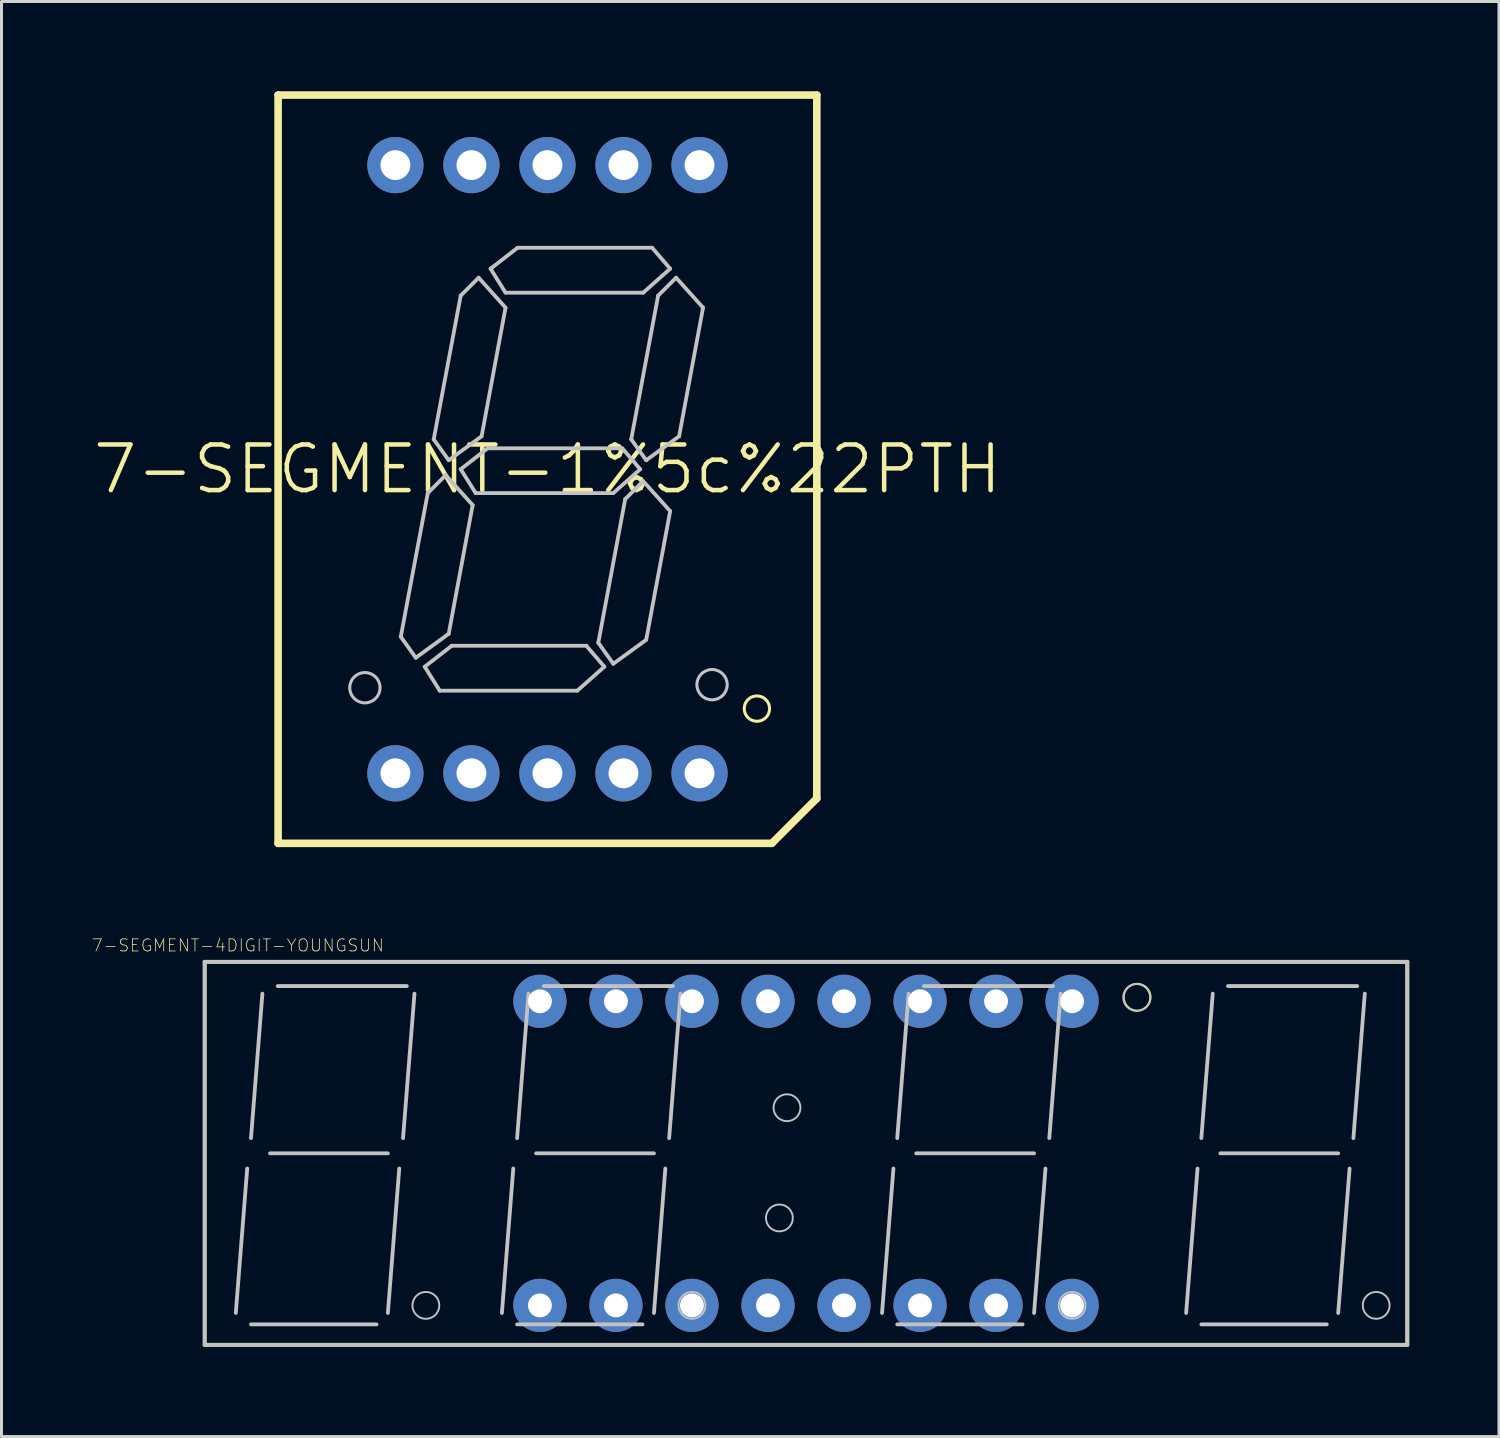
<source format=kicad_pcb>
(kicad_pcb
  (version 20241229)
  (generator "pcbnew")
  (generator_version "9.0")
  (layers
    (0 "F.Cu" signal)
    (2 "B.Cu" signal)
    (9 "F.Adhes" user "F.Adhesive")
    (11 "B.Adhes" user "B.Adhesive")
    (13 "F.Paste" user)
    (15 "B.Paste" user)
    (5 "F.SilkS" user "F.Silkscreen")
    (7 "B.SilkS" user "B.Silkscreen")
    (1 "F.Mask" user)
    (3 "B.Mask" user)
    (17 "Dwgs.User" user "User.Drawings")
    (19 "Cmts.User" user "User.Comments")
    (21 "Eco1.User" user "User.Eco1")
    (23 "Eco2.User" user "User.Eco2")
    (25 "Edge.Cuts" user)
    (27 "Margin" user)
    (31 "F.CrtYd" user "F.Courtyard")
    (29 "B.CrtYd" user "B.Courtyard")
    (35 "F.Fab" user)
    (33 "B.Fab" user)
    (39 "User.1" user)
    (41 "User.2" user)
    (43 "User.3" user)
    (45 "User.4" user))
  (footprint "7-SEGMENT-4DIGIT-YOUNGSUN"
    (layer "F.Cu")
    (at 23.878 35.482)
    (property "Reference" "7-SEGMENT-4DIGIT-YOUNGSUN" (at -18.984 -6.947 0) (layer "F.SilkS") (effects (font (size 0.406 0.406) (thickness 0.025))))
    (attr exclude_from_pos_files exclude_from_bom)
    (fp_line (start -20.089 -6.398) (end -20.089 6.398) (stroke (width 0.127) (type solid)) (layer "F.SilkS"))
    (fp_line (start -20.089 -6.398) (end 20.089 -6.398) (stroke (width 0.127) (type solid)) (layer "F.SilkS"))
    (fp_line (start -20.089 6.398) (end 20.089 6.398) (stroke (width 0.127) (type solid)) (layer "F.SilkS"))
    (fp_line (start 20.089 -6.398) (end 20.089 6.398) (stroke (width 0.127) (type solid)) (layer "F.SilkS"))
    (fp_circle (center 11.064 -5.215) (end 11.382 -5.532) (stroke (width 0.064) (type solid)) (fill no) (layer "F.SilkS"))
    (fp_line (start -20.089 -6.398) (end -20.089 6.398) (stroke (width 0.127) (type solid)) (layer "Dwgs.User"))
    (fp_line (start -20.089 -6.398) (end 20.089 -6.398) (stroke (width 0.127) (type solid)) (layer "Dwgs.User"))
    (fp_line (start -20.089 6.398) (end 20.089 6.398) (stroke (width 0.127) (type solid)) (layer "Dwgs.User"))
    (fp_line (start -18.669 0.508) (end -19.05 5.334) (stroke (width 0.127) (type solid)) (layer "Dwgs.User"))
    (fp_line (start -18.542 5.715) (end -14.348 5.715) (stroke (width 0.127) (type solid)) (layer "Dwgs.User"))
    (fp_line (start -18.161 -5.334) (end -18.542 -0.508) (stroke (width 0.127) (type solid)) (layer "Dwgs.User"))
    (fp_line (start -17.907 0) (end -13.97 0) (stroke (width 0.127) (type solid)) (layer "Dwgs.User"))
    (fp_line (start -17.65 -5.588) (end -13.335 -5.588) (stroke (width 0.127) (type solid)) (layer "Dwgs.User"))
    (fp_line (start -13.589 0.508) (end -13.97 5.334) (stroke (width 0.127) (type solid)) (layer "Dwgs.User"))
    (fp_line (start -13.081 -5.334) (end -13.462 -0.508) (stroke (width 0.127) (type solid)) (layer "Dwgs.User"))
    (fp_line (start -9.779 0.508) (end -10.16 5.334) (stroke (width 0.127) (type solid)) (layer "Dwgs.User"))
    (fp_line (start -9.652 5.715) (end -5.461 5.715) (stroke (width 0.127) (type solid)) (layer "Dwgs.User"))
    (fp_line (start -9.271 -5.334) (end -9.652 -0.508) (stroke (width 0.127) (type solid)) (layer "Dwgs.User"))
    (fp_line (start -9.017 0) (end -5.08 0) (stroke (width 0.127) (type solid)) (layer "Dwgs.User"))
    (fp_line (start -8.76 -5.588) (end -4.445 -5.588) (stroke (width 0.127) (type solid)) (layer "Dwgs.User"))
    (fp_line (start -4.699 0.508) (end -5.08 5.334) (stroke (width 0.127) (type solid)) (layer "Dwgs.User"))
    (fp_line (start -4.191 -5.334) (end -4.572 -0.508) (stroke (width 0.127) (type solid)) (layer "Dwgs.User"))
    (fp_line (start 2.921 0.508) (end 2.54 5.334) (stroke (width 0.127) (type solid)) (layer "Dwgs.User"))
    (fp_line (start 3.048 5.715) (end 7.236 5.715) (stroke (width 0.127) (type solid)) (layer "Dwgs.User"))
    (fp_line (start 3.429 -5.334) (end 3.048 -0.508) (stroke (width 0.127) (type solid)) (layer "Dwgs.User"))
    (fp_line (start 3.683 0) (end 7.62 0) (stroke (width 0.127) (type solid)) (layer "Dwgs.User"))
    (fp_line (start 3.937 -5.588) (end 8.255 -5.588) (stroke (width 0.127) (type solid)) (layer "Dwgs.User"))
    (fp_line (start 8.001 0.508) (end 7.62 5.334) (stroke (width 0.127) (type solid)) (layer "Dwgs.User"))
    (fp_line (start 8.509 -5.334) (end 8.128 -0.508) (stroke (width 0.127) (type solid)) (layer "Dwgs.User"))
    (fp_line (start 13.081 0.508) (end 12.7 5.334) (stroke (width 0.127) (type solid)) (layer "Dwgs.User"))
    (fp_line (start 13.208 5.715) (end 17.399 5.715) (stroke (width 0.127) (type solid)) (layer "Dwgs.User"))
    (fp_line (start 13.589 -5.334) (end 13.208 -0.508) (stroke (width 0.127) (type solid)) (layer "Dwgs.User"))
    (fp_line (start 13.843 0) (end 17.78 0) (stroke (width 0.127) (type solid)) (layer "Dwgs.User"))
    (fp_line (start 14.097 -5.588) (end 18.415 -5.588) (stroke (width 0.127) (type solid)) (layer "Dwgs.User"))
    (fp_line (start 18.161 0.508) (end 17.78 5.334) (stroke (width 0.127) (type solid)) (layer "Dwgs.User"))
    (fp_line (start 18.669 -5.334) (end 18.288 -0.508) (stroke (width 0.127) (type solid)) (layer "Dwgs.User"))
    (fp_line (start 20.089 -6.398) (end 20.089 6.398) (stroke (width 0.127) (type solid)) (layer "Dwgs.User"))
    (fp_circle (center -12.7 5.08) (end -13.018 5.397) (stroke (width 0.064) (type solid)) (fill no) (layer "Dwgs.User"))
    (fp_circle (center -3.81 5.08) (end -4.128 5.397) (stroke (width 0.064) (type solid)) (fill no) (layer "Dwgs.User"))
    (fp_circle (center -0.889 2.159) (end -1.206 2.477) (stroke (width 0.064) (type solid)) (fill no) (layer "Dwgs.User"))
    (fp_circle (center -0.635 -1.524) (end -0.953 -1.841) (stroke (width 0.064) (type solid)) (fill no) (layer "Dwgs.User"))
    (fp_circle (center 8.89 5.08) (end 9.207 5.397) (stroke (width 0.064) (type solid)) (fill no) (layer "Dwgs.User"))
    (fp_circle (center 11.049 -5.207) (end 11.367 -5.524) (stroke (width 0.064) (type solid)) (fill no) (layer "Dwgs.User"))
    (fp_circle (center 19.05 5.08) (end 19.367 5.397) (stroke (width 0.064) (type solid)) (fill no) (layer "Dwgs.User"))
    (pad "1" thru_hole circle (at -8.89 5.08) (size 1.778 1.778) (drill 0.798) (layers "*.Cu" "*.Paste" "*.Mask"))
    (pad "2" thru_hole circle (at -6.35 5.08) (size 1.778 1.778) (drill 0.798) (layers "*.Cu" "*.Paste" "*.Mask"))
    (pad "3" thru_hole circle (at -3.81 5.08) (size 1.778 1.778) (drill 0.798) (layers "*.Cu" "*.Paste" "*.Mask"))
    (pad "4" thru_hole circle (at -1.27 5.08) (size 1.778 1.778) (drill 0.798) (layers "*.Cu" "*.Paste" "*.Mask"))
    (pad "5" thru_hole circle (at 1.27 5.08) (size 1.778 1.778) (drill 0.798) (layers "*.Cu" "*.Paste" "*.Mask"))
    (pad "6" thru_hole circle (at 3.81 5.08) (size 1.778 1.778) (drill 0.798) (layers "*.Cu" "*.Paste" "*.Mask"))
    (pad "7" thru_hole circle (at 6.35 5.08) (size 1.778 1.778) (drill 0.798) (layers "*.Cu" "*.Paste" "*.Mask"))
    (pad "8" thru_hole circle (at 8.89 5.08) (size 1.778 1.778) (drill 0.798) (layers "*.Cu" "*.Paste" "*.Mask"))
    (pad "9" thru_hole circle (at 8.89 -5.08) (size 1.778 1.778) (drill 0.798) (layers "*.Cu" "*.Paste" "*.Mask"))
    (pad "10" thru_hole circle (at 6.35 -5.08) (size 1.778 1.778) (drill 0.798) (layers "*.Cu" "*.Paste" "*.Mask"))
    (pad "11" thru_hole circle (at 3.81 -5.08) (size 1.778 1.778) (drill 0.798) (layers "*.Cu" "*.Paste" "*.Mask"))
    (pad "12" thru_hole circle (at 1.27 -5.08) (size 1.778 1.778) (drill 0.798) (layers "*.Cu" "*.Paste" "*.Mask"))
    (pad "13" thru_hole circle (at -1.27 -5.08) (size 1.778 1.778) (drill 0.798) (layers "*.Cu" "*.Paste" "*.Mask"))
    (pad "14" thru_hole circle (at -3.81 -5.08) (size 1.778 1.778) (drill 0.798) (layers "*.Cu" "*.Paste" "*.Mask"))
    (pad "15" thru_hole circle (at -6.35 -5.08) (size 1.778 1.778) (drill 0.798) (layers "*.Cu" "*.Paste" "*.Mask"))
    (pad "16" thru_hole circle (at -8.89 -5.08) (size 1.778 1.778) (drill 0.798) (layers "*.Cu" "*.Paste" "*.Mask")))
  (footprint "7-SEGMENT-1%5c%22PTH"
    (layer "F.Cu")
    (at 15.24 12.626)
    (property "Reference" "7-SEGMENT-1%5c%22PTH" (at 0 0 0) (layer "F.SilkS") (effects (font (size 1.524 1.524) (thickness 0.15))))
    (attr exclude_from_pos_files exclude_from_bom)
    (fp_line (start -8.999 -12.499) (end 8.999 -12.499) (stroke (width 0.254) (type solid)) (layer "F.SilkS"))
    (fp_line (start -8.999 12.499) (end -8.999 -12.499) (stroke (width 0.254) (type solid)) (layer "F.SilkS"))
    (fp_line (start 7.498 12.499) (end -8.999 12.499) (stroke (width 0.254) (type solid)) (layer "F.SilkS"))
    (fp_line (start 8.999 -12.499) (end 8.999 10.998) (stroke (width 0.254) (type solid)) (layer "F.SilkS"))
    (fp_line (start 8.999 10.998) (end 7.498 12.499) (stroke (width 0.254) (type solid)) (layer "F.SilkS"))
    (fp_circle (center 6.998 7.998) (end 7.297 8.298) (stroke (width 0.102) (type solid)) (fill no) (layer "F.SilkS"))
    (fp_line (start -4.9 5.598) (end -3.998 0.798) (stroke (width 0.127) (type solid)) (layer "Dwgs.User"))
    (fp_line (start -4.399 6.299) (end -4.9 5.598) (stroke (width 0.127) (type solid)) (layer "Dwgs.User"))
    (fp_line (start -4.1 6.599) (end -3.198 5.898) (stroke (width 0.127) (type solid)) (layer "Dwgs.User"))
    (fp_line (start -3.998 0.798) (end -3.399 0.198) (stroke (width 0.127) (type solid)) (layer "Dwgs.User"))
    (fp_line (start -3.8 -0.998) (end -2.898 -5.799) (stroke (width 0.127) (type solid)) (layer "Dwgs.User"))
    (fp_line (start -3.599 7.399) (end -4.1 6.599) (stroke (width 0.127) (type solid)) (layer "Dwgs.User"))
    (fp_line (start -3.399 0.198) (end -2.499 1.199) (stroke (width 0.127) (type solid)) (layer "Dwgs.User"))
    (fp_line (start -3.299 -0.3) (end -3.8 -0.998) (stroke (width 0.127) (type solid)) (layer "Dwgs.User"))
    (fp_line (start -3.299 5.499) (end -4.399 6.299) (stroke (width 0.127) (type solid)) (layer "Dwgs.User"))
    (fp_line (start -3.198 5.898) (end 1.298 5.898) (stroke (width 0.127) (type solid)) (layer "Dwgs.User"))
    (fp_line (start -2.898 -5.799) (end -2.299 -6.398) (stroke (width 0.127) (type solid)) (layer "Dwgs.User"))
    (fp_line (start -2.898 0) (end -1.999 -0.699) (stroke (width 0.127) (type solid)) (layer "Dwgs.User"))
    (fp_line (start -2.499 1.199) (end -3.299 5.499) (stroke (width 0.127) (type solid)) (layer "Dwgs.User"))
    (fp_line (start -2.398 0.798) (end -2.898 0) (stroke (width 0.127) (type solid)) (layer "Dwgs.User"))
    (fp_line (start -2.299 -6.398) (end -1.4 -5.397) (stroke (width 0.127) (type solid)) (layer "Dwgs.User"))
    (fp_line (start -2.2 -1.1) (end -3.299 -0.3) (stroke (width 0.127) (type solid)) (layer "Dwgs.User"))
    (fp_line (start -1.999 -0.699) (end 2.499 -0.699) (stroke (width 0.127) (type solid)) (layer "Dwgs.User"))
    (fp_line (start -1.9 -6.698) (end -0.998 -7.399) (stroke (width 0.127) (type solid)) (layer "Dwgs.User"))
    (fp_line (start -1.4 -5.898) (end -1.9 -6.698) (stroke (width 0.127) (type solid)) (layer "Dwgs.User"))
    (fp_line (start -1.4 -5.397) (end -2.2 -1.1) (stroke (width 0.127) (type solid)) (layer "Dwgs.User"))
    (fp_line (start -0.998 -7.399) (end 3.498 -7.399) (stroke (width 0.127) (type solid)) (layer "Dwgs.User"))
    (fp_line (start 0.998 7.399) (end -3.599 7.399) (stroke (width 0.127) (type solid)) (layer "Dwgs.User"))
    (fp_line (start 1.298 5.898) (end 1.9 6.599) (stroke (width 0.127) (type solid)) (layer "Dwgs.User"))
    (fp_line (start 1.699 5.799) (end 2.598 0.998) (stroke (width 0.127) (type solid)) (layer "Dwgs.User"))
    (fp_line (start 1.9 6.599) (end 0.998 7.399) (stroke (width 0.127) (type solid)) (layer "Dwgs.User"))
    (fp_line (start 2.2 0.798) (end -2.398 0.798) (stroke (width 0.127) (type solid)) (layer "Dwgs.User"))
    (fp_line (start 2.2 6.5) (end 1.699 5.799) (stroke (width 0.127) (type solid)) (layer "Dwgs.User"))
    (fp_line (start 2.499 -0.699) (end 3.099 0) (stroke (width 0.127) (type solid)) (layer "Dwgs.User"))
    (fp_line (start 2.598 0.998) (end 3.198 0.399) (stroke (width 0.127) (type solid)) (layer "Dwgs.User"))
    (fp_line (start 2.799 -0.998) (end 3.698 -5.799) (stroke (width 0.127) (type solid)) (layer "Dwgs.User"))
    (fp_line (start 3.099 0) (end 2.2 0.798) (stroke (width 0.127) (type solid)) (layer "Dwgs.User"))
    (fp_line (start 3.198 -5.898) (end -1.4 -5.898) (stroke (width 0.127) (type solid)) (layer "Dwgs.User"))
    (fp_line (start 3.198 0.399) (end 4.1 1.4) (stroke (width 0.127) (type solid)) (layer "Dwgs.User"))
    (fp_line (start 3.299 -0.3) (end 2.799 -0.998) (stroke (width 0.127) (type solid)) (layer "Dwgs.User"))
    (fp_line (start 3.299 5.7) (end 2.2 6.5) (stroke (width 0.127) (type solid)) (layer "Dwgs.User"))
    (fp_line (start 3.498 -7.399) (end 4.1 -6.698) (stroke (width 0.127) (type solid)) (layer "Dwgs.User"))
    (fp_line (start 3.698 -5.799) (end 4.298 -6.398) (stroke (width 0.127) (type solid)) (layer "Dwgs.User"))
    (fp_line (start 4.1 -6.698) (end 3.198 -5.898) (stroke (width 0.127) (type solid)) (layer "Dwgs.User"))
    (fp_line (start 4.1 1.4) (end 3.299 5.7) (stroke (width 0.127) (type solid)) (layer "Dwgs.User"))
    (fp_line (start 4.298 -6.398) (end 5.199 -5.397) (stroke (width 0.127) (type solid)) (layer "Dwgs.User"))
    (fp_line (start 4.399 -1.1) (end 3.299 -0.3) (stroke (width 0.127) (type solid)) (layer "Dwgs.User"))
    (fp_line (start 5.199 -5.397) (end 4.399 -1.1) (stroke (width 0.127) (type solid)) (layer "Dwgs.User"))
    (fp_circle (center -6.099 7.3) (end -6.457 7.658) (stroke (width 0.102) (type solid)) (fill no) (layer "Dwgs.User"))
    (fp_circle (center 5.499 7.198) (end 5.857 7.556) (stroke (width 0.102) (type solid)) (fill no) (layer "Dwgs.User"))
    (pad "1" thru_hole circle (at -5.08 10.16) (size 1.88 1.88) (drill 0.998) (layers "*.Cu" "*.Paste" "*.Mask"))
    (pad "2" thru_hole circle (at -2.54 10.16) (size 1.88 1.88) (drill 0.998) (layers "*.Cu" "*.Paste" "*.Mask"))
    (pad "3" thru_hole circle (at 0 10.16) (size 1.88 1.88) (drill 0.998) (layers "*.Cu" "*.Paste" "*.Mask"))
    (pad "4" thru_hole circle (at 2.54 10.16) (size 1.88 1.88) (drill 0.998) (layers "*.Cu" "*.Paste" "*.Mask"))
    (pad "5" thru_hole circle (at 5.08 10.16) (size 1.88 1.88) (drill 0.998) (layers "*.Cu" "*.Paste" "*.Mask"))
    (pad "6" thru_hole circle (at 5.08 -10.16) (size 1.88 1.88) (drill 0.998) (layers "*.Cu" "*.Paste" "*.Mask"))
    (pad "7" thru_hole circle (at 2.54 -10.16) (size 1.88 1.88) (drill 0.998) (layers "*.Cu" "*.Paste" "*.Mask"))
    (pad "8" thru_hole circle (at 0 -10.16) (size 1.88 1.88) (drill 0.998) (layers "*.Cu" "*.Paste" "*.Mask"))
    (pad "9" thru_hole circle (at -2.54 -10.16) (size 1.88 1.88) (drill 0.998) (layers "*.Cu" "*.Paste" "*.Mask"))
    (pad "10" thru_hole circle (at -5.08 -10.16) (size 1.88 1.88) (drill 0.998) (layers "*.Cu" "*.Paste" "*.Mask")))
  (gr_rect
    (start -3 -3)
    (end 47.03 44.944)
    (stroke (width 0.1) (type default))
    (fill no)
    (layer "Edge.Cuts")))
</source>
